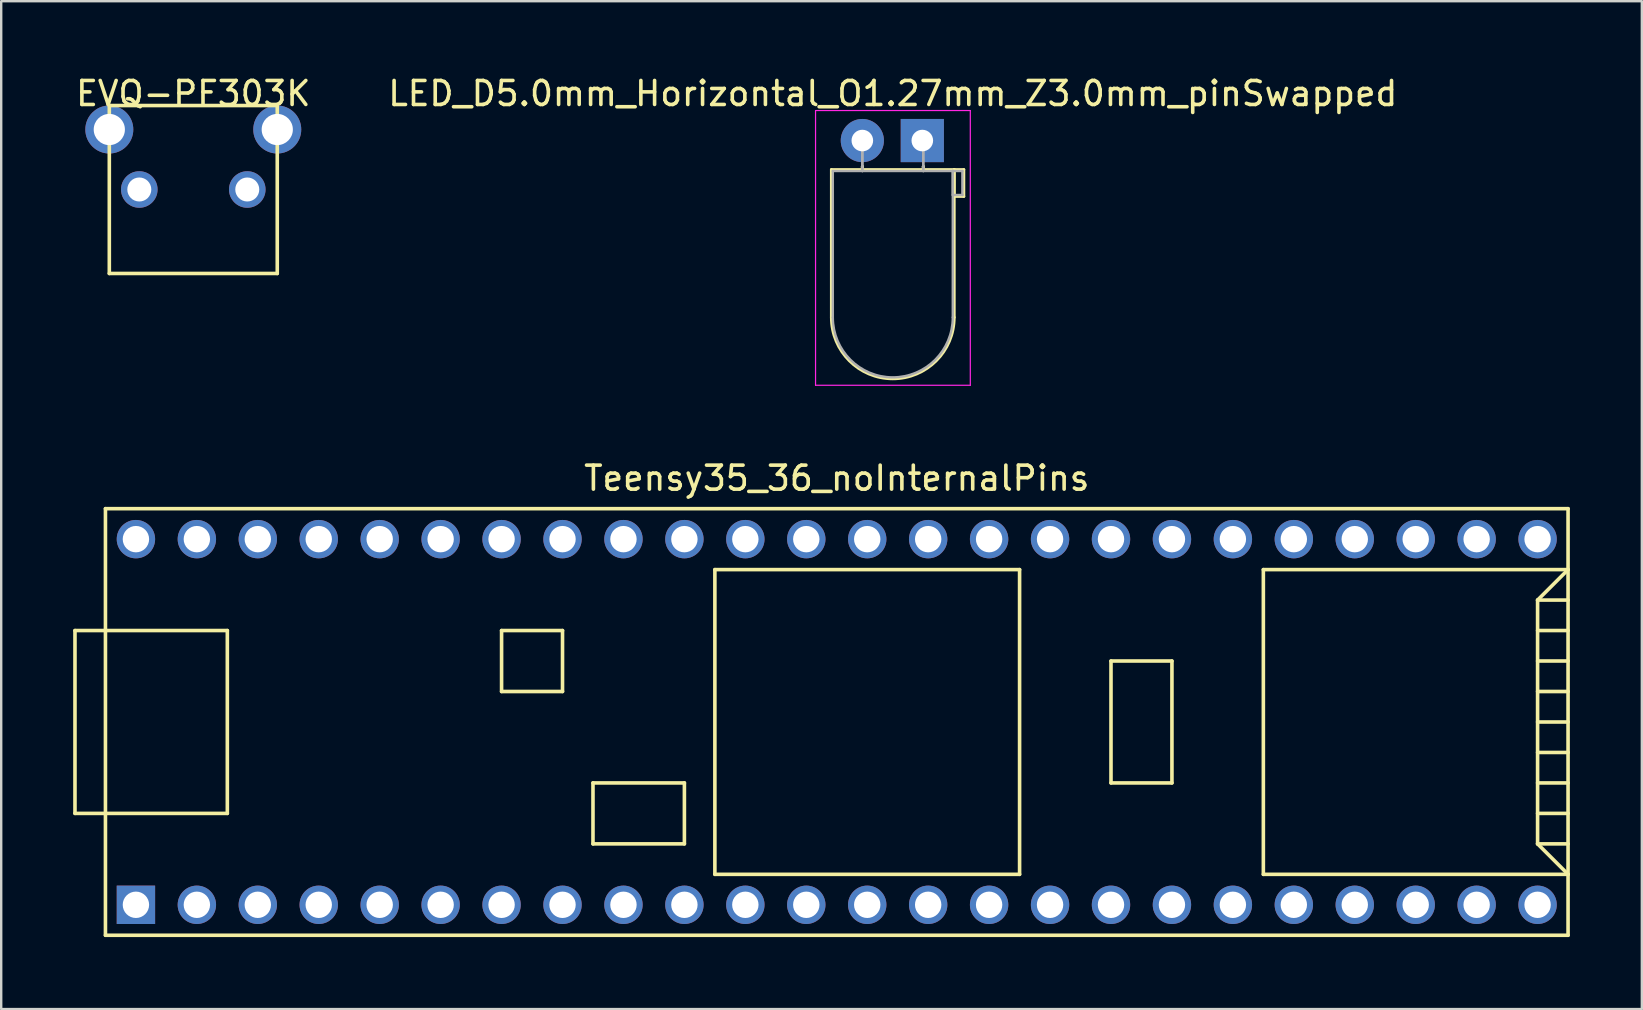
<source format=kicad_pcb>
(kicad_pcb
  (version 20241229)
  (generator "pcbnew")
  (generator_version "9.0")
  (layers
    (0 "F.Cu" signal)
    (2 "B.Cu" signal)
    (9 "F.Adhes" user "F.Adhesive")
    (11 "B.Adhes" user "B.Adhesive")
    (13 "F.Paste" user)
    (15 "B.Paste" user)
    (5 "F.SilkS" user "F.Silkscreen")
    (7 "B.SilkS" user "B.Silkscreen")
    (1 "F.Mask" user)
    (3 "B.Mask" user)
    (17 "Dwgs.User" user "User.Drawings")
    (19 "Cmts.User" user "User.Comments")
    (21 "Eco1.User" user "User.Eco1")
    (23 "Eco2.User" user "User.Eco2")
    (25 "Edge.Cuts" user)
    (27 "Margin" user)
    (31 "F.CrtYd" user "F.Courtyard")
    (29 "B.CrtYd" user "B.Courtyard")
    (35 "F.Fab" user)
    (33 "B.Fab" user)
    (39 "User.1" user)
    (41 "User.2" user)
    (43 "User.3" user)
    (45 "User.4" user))
  (footprint "LED_D5.0mm_Horizontal_O1.27mm_Z3.0mm_pinSwapped"
    (layer "F.Cu")
    (at 32.891 2.808)
    (property "Reference" "LED_D5.0mm_Horizontal_O1.27mm_Z3.0mm_pinSwapped" (at 1.27 -1.96 0) (layer "F.SilkS") (effects (font (size 1 1) (thickness 0.15))))
    (attr through_hole)
    (fp_line (start -1.29 1.21) (end -1.29 7.37) (stroke (width 0.12) (type solid)) (layer "F.SilkS"))
    (fp_line (start -1.29 1.21) (end 3.83 1.21) (stroke (width 0.12) (type solid)) (layer "F.SilkS"))
    (fp_line (start 0 1.08) (end 0 1.08) (stroke (width 0.12) (type solid)) (layer "F.SilkS"))
    (fp_line (start 0 1.08) (end 0 1.21) (stroke (width 0.12) (type solid)) (layer "F.SilkS"))
    (fp_line (start 0 1.21) (end 0 1.08) (stroke (width 0.12) (type solid)) (layer "F.SilkS"))
    (fp_line (start 0 1.21) (end 0 1.21) (stroke (width 0.12) (type solid)) (layer "F.SilkS"))
    (fp_line (start 2.54 1.08) (end 2.54 1.08) (stroke (width 0.12) (type solid)) (layer "F.SilkS"))
    (fp_line (start 2.54 1.08) (end 2.54 1.21) (stroke (width 0.12) (type solid)) (layer "F.SilkS"))
    (fp_line (start 2.54 1.21) (end 2.54 1.08) (stroke (width 0.12) (type solid)) (layer "F.SilkS"))
    (fp_line (start 2.54 1.21) (end 2.54 1.21) (stroke (width 0.12) (type solid)) (layer "F.SilkS"))
    (fp_line (start 3.83 1.21) (end 3.83 7.37) (stroke (width 0.12) (type solid)) (layer "F.SilkS"))
    (fp_line (start 3.83 1.21) (end 4.23 1.21) (stroke (width 0.12) (type solid)) (layer "F.SilkS"))
    (fp_line (start 3.83 2.33) (end 3.83 1.21) (stroke (width 0.12) (type solid)) (layer "F.SilkS"))
    (fp_line (start 4.23 1.21) (end 4.23 2.33) (stroke (width 0.12) (type solid)) (layer "F.SilkS"))
    (fp_line (start 4.23 2.33) (end 3.83 2.33) (stroke (width 0.12) (type solid)) (layer "F.SilkS"))
    (fp_arc (start 3.83 7.37) (mid 1.27 9.93) (end -1.29 7.37) (stroke (width 0.12) (type solid)) (layer "F.SilkS"))
    (fp_line (start -1.95 -1.25) (end -1.95 10.2) (stroke (width 0.05) (type solid)) (layer "F.CrtYd"))
    (fp_line (start -1.95 10.2) (end 4.5 10.2) (stroke (width 0.05) (type solid)) (layer "F.CrtYd"))
    (fp_line (start 4.5 -1.25) (end -1.95 -1.25) (stroke (width 0.05) (type solid)) (layer "F.CrtYd"))
    (fp_line (start 4.5 10.2) (end 4.5 -1.25) (stroke (width 0.05) (type solid)) (layer "F.CrtYd"))
    (fp_line (start -1.23 1.27) (end -1.23 7.37) (stroke (width 0.1) (type solid)) (layer "F.Fab"))
    (fp_line (start -1.23 1.27) (end 3.77 1.27) (stroke (width 0.1) (type solid)) (layer "F.Fab"))
    (fp_line (start 0 0) (end 0 0) (stroke (width 0.1) (type solid)) (layer "F.Fab"))
    (fp_line (start 0 0) (end 0 1.27) (stroke (width 0.1) (type solid)) (layer "F.Fab"))
    (fp_line (start 0 1.27) (end 0 0) (stroke (width 0.1) (type solid)) (layer "F.Fab"))
    (fp_line (start 0 1.27) (end 0 1.27) (stroke (width 0.1) (type solid)) (layer "F.Fab"))
    (fp_line (start 2.54 0) (end 2.54 0) (stroke (width 0.1) (type solid)) (layer "F.Fab"))
    (fp_line (start 2.54 0) (end 2.54 1.27) (stroke (width 0.1) (type solid)) (layer "F.Fab"))
    (fp_line (start 2.54 1.27) (end 2.54 0) (stroke (width 0.1) (type solid)) (layer "F.Fab"))
    (fp_line (start 2.54 1.27) (end 2.54 1.27) (stroke (width 0.1) (type solid)) (layer "F.Fab"))
    (fp_line (start 3.77 1.27) (end 3.77 7.37) (stroke (width 0.1) (type solid)) (layer "F.Fab"))
    (fp_line (start 3.77 1.27) (end 4.17 1.27) (stroke (width 0.1) (type solid)) (layer "F.Fab"))
    (fp_line (start 3.77 2.27) (end 3.77 1.27) (stroke (width 0.1) (type solid)) (layer "F.Fab"))
    (fp_line (start 4.17 1.27) (end 4.17 2.27) (stroke (width 0.1) (type solid)) (layer "F.Fab"))
    (fp_line (start 4.17 2.27) (end 3.77 2.27) (stroke (width 0.1) (type solid)) (layer "F.Fab"))
    (fp_arc (start 3.77 7.37) (mid 1.27 9.87) (end -1.23 7.37) (stroke (width 0.1) (type solid)) (layer "F.Fab"))
    (pad "1" thru_hole rect (at 2.5 0) (size 1.8 1.8) (drill 0.9) (layers "*.Cu" "*.Mask"))
    (pad "2" thru_hole circle (at 0 0) (size 1.8 1.8) (drill 0.9) (layers "*.Cu" "*.Mask")))
  (footprint "Teensy35_36_noInternalPins"
    (layer "F.Cu")
    (at 31.825 27.041)
    (property "Reference" "Teensy35_36_noInternalPins" (at 0 -10.16 0) (layer "F.SilkS") (effects (font (size 1 1) (thickness 0.15))))
    (attr through_hole)
    (fp_line (start -31.75 -3.81) (end -30.48 -3.81) (stroke (width 0.15) (type solid)) (layer "F.SilkS"))
    (fp_line (start -31.75 3.81) (end -31.75 -3.81) (stroke (width 0.15) (type solid)) (layer "F.SilkS"))
    (fp_line (start -30.48 3.81) (end -31.75 3.81) (stroke (width 0.15) (type solid)) (layer "F.SilkS"))
    (fp_line (start -30.48 8.89) (end -30.48 -8.89) (stroke (width 0.15) (type solid)) (layer "F.SilkS"))
    (fp_line (start -30.48 8.89) (end 30.48 8.89) (stroke (width 0.15) (type solid)) (layer "F.SilkS"))
    (fp_line (start -25.4 -3.81) (end -30.48 -3.81) (stroke (width 0.15) (type solid)) (layer "F.SilkS"))
    (fp_line (start -25.4 3.81) (end -30.48 3.81) (stroke (width 0.15) (type solid)) (layer "F.SilkS"))
    (fp_line (start -25.4 3.81) (end -25.4 -3.81) (stroke (width 0.15) (type solid)) (layer "F.SilkS"))
    (fp_line (start -13.97 -3.81) (end -13.97 -1.27) (stroke (width 0.15) (type solid)) (layer "F.SilkS"))
    (fp_line (start -13.97 -1.27) (end -11.43 -1.27) (stroke (width 0.15) (type solid)) (layer "F.SilkS"))
    (fp_line (start -11.43 -3.81) (end -13.97 -3.81) (stroke (width 0.15) (type solid)) (layer "F.SilkS"))
    (fp_line (start -11.43 -1.27) (end -11.43 -3.81) (stroke (width 0.15) (type solid)) (layer "F.SilkS"))
    (fp_line (start -10.16 2.54) (end -6.35 2.54) (stroke (width 0.15) (type solid)) (layer "F.SilkS"))
    (fp_line (start -10.16 5.08) (end -10.16 2.54) (stroke (width 0.15) (type solid)) (layer "F.SilkS"))
    (fp_line (start -6.35 2.54) (end -6.35 5.08) (stroke (width 0.15) (type solid)) (layer "F.SilkS"))
    (fp_line (start -6.35 5.08) (end -10.16 5.08) (stroke (width 0.15) (type solid)) (layer "F.SilkS"))
    (fp_line (start -5.08 -6.35) (end -5.08 6.35) (stroke (width 0.15) (type solid)) (layer "F.SilkS"))
    (fp_line (start -5.08 -6.35) (end 7.62 -6.35) (stroke (width 0.15) (type solid)) (layer "F.SilkS"))
    (fp_line (start -5.08 6.35) (end 7.62 6.35) (stroke (width 0.15) (type solid)) (layer "F.SilkS"))
    (fp_line (start 7.62 6.35) (end 7.62 -6.35) (stroke (width 0.15) (type solid)) (layer "F.SilkS"))
    (fp_line (start 11.43 -2.54) (end 13.97 -2.54) (stroke (width 0.15) (type solid)) (layer "F.SilkS"))
    (fp_line (start 11.43 2.54) (end 11.43 -2.54) (stroke (width 0.15) (type solid)) (layer "F.SilkS"))
    (fp_line (start 13.97 -2.54) (end 13.97 2.54) (stroke (width 0.15) (type solid)) (layer "F.SilkS"))
    (fp_line (start 13.97 2.54) (end 11.43 2.54) (stroke (width 0.15) (type solid)) (layer "F.SilkS"))
    (fp_line (start 17.78 -6.35) (end 17.78 6.35) (stroke (width 0.15) (type solid)) (layer "F.SilkS"))
    (fp_line (start 17.78 6.35) (end 30.48 6.35) (stroke (width 0.15) (type solid)) (layer "F.SilkS"))
    (fp_line (start 29.21 -5.08) (end 30.48 -6.35) (stroke (width 0.15) (type solid)) (layer "F.SilkS"))
    (fp_line (start 29.21 -5.08) (end 30.48 -5.08) (stroke (width 0.15) (type solid)) (layer "F.SilkS"))
    (fp_line (start 29.21 -3.81) (end 30.48 -3.81) (stroke (width 0.15) (type solid)) (layer "F.SilkS"))
    (fp_line (start 29.21 -2.54) (end 30.48 -2.54) (stroke (width 0.15) (type solid)) (layer "F.SilkS"))
    (fp_line (start 29.21 -1.27) (end 30.48 -1.27) (stroke (width 0.15) (type solid)) (layer "F.SilkS"))
    (fp_line (start 29.21 0) (end 30.48 0) (stroke (width 0.15) (type solid)) (layer "F.SilkS"))
    (fp_line (start 29.21 1.27) (end 30.48 1.27) (stroke (width 0.15) (type solid)) (layer "F.SilkS"))
    (fp_line (start 29.21 2.54) (end 30.48 2.54) (stroke (width 0.15) (type solid)) (layer "F.SilkS"))
    (fp_line (start 29.21 3.81) (end 30.48 3.81) (stroke (width 0.15) (type solid)) (layer "F.SilkS"))
    (fp_line (start 29.21 5.08) (end 29.21 -5.08) (stroke (width 0.15) (type solid)) (layer "F.SilkS"))
    (fp_line (start 29.21 5.08) (end 30.48 5.08) (stroke (width 0.15) (type solid)) (layer "F.SilkS"))
    (fp_line (start 30.48 -8.89) (end -30.48 -8.89) (stroke (width 0.15) (type solid)) (layer "F.SilkS"))
    (fp_line (start 30.48 -8.89) (end 30.48 8.89) (stroke (width 0.15) (type solid)) (layer "F.SilkS"))
    (fp_line (start 30.48 -6.35) (end 17.78 -6.35) (stroke (width 0.15) (type solid)) (layer "F.SilkS"))
    (fp_line (start 30.48 6.35) (end 29.21 5.08) (stroke (width 0.15) (type solid)) (layer "F.SilkS"))
    (pad "1" thru_hole rect (at -29.21 7.62) (size 1.6 1.6) (drill 1.1) (layers "*.Cu" "*.Mask"))
    (pad "2" thru_hole circle (at -26.67 7.62) (size 1.6 1.6) (drill 1.1) (layers "*.Cu" "*.Mask"))
    (pad "3" thru_hole circle (at -24.13 7.62) (size 1.6 1.6) (drill 1.1) (layers "*.Cu" "*.Mask"))
    (pad "4" thru_hole circle (at -21.59 7.62) (size 1.6 1.6) (drill 1.1) (layers "*.Cu" "*.Mask"))
    (pad "5" thru_hole circle (at -19.05 7.62) (size 1.6 1.6) (drill 1.1) (layers "*.Cu" "*.Mask"))
    (pad "6" thru_hole circle (at -16.51 7.62) (size 1.6 1.6) (drill 1.1) (layers "*.Cu" "*.Mask"))
    (pad "7" thru_hole circle (at -13.97 7.62) (size 1.6 1.6) (drill 1.1) (layers "*.Cu" "*.Mask"))
    (pad "8" thru_hole circle (at -11.43 7.62) (size 1.6 1.6) (drill 1.1) (layers "*.Cu" "*.Mask"))
    (pad "9" thru_hole circle (at -8.89 7.62) (size 1.6 1.6) (drill 1.1) (layers "*.Cu" "*.Mask"))
    (pad "10" thru_hole circle (at -6.35 7.62) (size 1.6 1.6) (drill 1.1) (layers "*.Cu" "*.Mask"))
    (pad "11" thru_hole circle (at -3.81 7.62) (size 1.6 1.6) (drill 1.1) (layers "*.Cu" "*.Mask"))
    (pad "12" thru_hole circle (at -1.27 7.62) (size 1.6 1.6) (drill 1.1) (layers "*.Cu" "*.Mask"))
    (pad "13" thru_hole circle (at 1.27 7.62) (size 1.6 1.6) (drill 1.1) (layers "*.Cu" "*.Mask"))
    (pad "14" thru_hole circle (at 3.81 7.62) (size 1.6 1.6) (drill 1.1) (layers "*.Cu" "*.Mask"))
    (pad "15" thru_hole circle (at 6.35 7.62) (size 1.6 1.6) (drill 1.1) (layers "*.Cu" "*.Mask"))
    (pad "16" thru_hole circle (at 8.89 7.62) (size 1.6 1.6) (drill 1.1) (layers "*.Cu" "*.Mask"))
    (pad "17" thru_hole circle (at 11.43 7.62) (size 1.6 1.6) (drill 1.1) (layers "*.Cu" "*.Mask"))
    (pad "18" thru_hole circle (at 13.97 7.62) (size 1.6 1.6) (drill 1.1) (layers "*.Cu" "*.Mask"))
    (pad "19" thru_hole circle (at 16.51 7.62) (size 1.6 1.6) (drill 1.1) (layers "*.Cu" "*.Mask"))
    (pad "20" thru_hole circle (at 19.05 7.62) (size 1.6 1.6) (drill 1.1) (layers "*.Cu" "*.Mask"))
    (pad "21" thru_hole circle (at 21.59 7.62) (size 1.6 1.6) (drill 1.1) (layers "*.Cu" "*.Mask"))
    (pad "22" thru_hole circle (at 24.13 7.62) (size 1.6 1.6) (drill 1.1) (layers "*.Cu" "*.Mask"))
    (pad "23" thru_hole circle (at 26.67 7.62) (size 1.6 1.6) (drill 1.1) (layers "*.Cu" "*.Mask"))
    (pad "24" thru_hole circle (at 29.21 7.62) (size 1.6 1.6) (drill 1.1) (layers "*.Cu" "*.Mask"))
    (pad "30" thru_hole circle (at 29.21 -7.62) (size 1.6 1.6) (drill 1.1) (layers "*.Cu" "*.Mask"))
    (pad "31" thru_hole circle (at 26.67 -7.62) (size 1.6 1.6) (drill 1.1) (layers "*.Cu" "*.Mask"))
    (pad "32" thru_hole circle (at 24.13 -7.62) (size 1.6 1.6) (drill 1.1) (layers "*.Cu" "*.Mask"))
    (pad "33" thru_hole circle (at 21.59 -7.62) (size 1.6 1.6) (drill 1.1) (layers "*.Cu" "*.Mask"))
    (pad "34" thru_hole circle (at 19.05 -7.62) (size 1.6 1.6) (drill 1.1) (layers "*.Cu" "*.Mask"))
    (pad "35" thru_hole circle (at 16.51 -7.62) (size 1.6 1.6) (drill 1.1) (layers "*.Cu" "*.Mask"))
    (pad "36" thru_hole circle (at 13.97 -7.62) (size 1.6 1.6) (drill 1.1) (layers "*.Cu" "*.Mask"))
    (pad "37" thru_hole circle (at 11.43 -7.62) (size 1.6 1.6) (drill 1.1) (layers "*.Cu" "*.Mask"))
    (pad "38" thru_hole circle (at 8.89 -7.62) (size 1.6 1.6) (drill 1.1) (layers "*.Cu" "*.Mask"))
    (pad "39" thru_hole circle (at 6.35 -7.62) (size 1.6 1.6) (drill 1.1) (layers "*.Cu" "*.Mask"))
    (pad "40" thru_hole circle (at 3.81 -7.62) (size 1.6 1.6) (drill 1.1) (layers "*.Cu" "*.Mask"))
    (pad "41" thru_hole circle (at 1.27 -7.62) (size 1.6 1.6) (drill 1.1) (layers "*.Cu" "*.Mask"))
    (pad "42" thru_hole circle (at -1.27 -7.62) (size 1.6 1.6) (drill 1.1) (layers "*.Cu" "*.Mask"))
    (pad "43" thru_hole circle (at -3.81 -7.62) (size 1.6 1.6) (drill 1.1) (layers "*.Cu" "*.Mask"))
    (pad "44" thru_hole circle (at -6.35 -7.62) (size 1.6 1.6) (drill 1.1) (layers "*.Cu" "*.Mask"))
    (pad "45" thru_hole circle (at -8.89 -7.62) (size 1.6 1.6) (drill 1.1) (layers "*.Cu" "*.Mask"))
    (pad "46" thru_hole circle (at -11.43 -7.62) (size 1.6 1.6) (drill 1.1) (layers "*.Cu" "*.Mask"))
    (pad "47" thru_hole circle (at -13.97 -7.62) (size 1.6 1.6) (drill 1.1) (layers "*.Cu" "*.Mask"))
    (pad "48" thru_hole circle (at -16.51 -7.62) (size 1.6 1.6) (drill 1.1) (layers "*.Cu" "*.Mask"))
    (pad "49" thru_hole circle (at -19.05 -7.62) (size 1.6 1.6) (drill 1.1) (layers "*.Cu" "*.Mask"))
    (pad "50" thru_hole circle (at -21.59 -7.62) (size 1.6 1.6) (drill 1.1) (layers "*.Cu" "*.Mask"))
    (pad "51" thru_hole circle (at -24.13 -7.62) (size 1.6 1.6) (drill 1.1) (layers "*.Cu" "*.Mask"))
    (pad "52" thru_hole circle (at -26.67 -7.62) (size 1.6 1.6) (drill 1.1) (layers "*.Cu" "*.Mask"))
    (pad "53" thru_hole circle (at -29.21 -7.62) (size 1.6 1.6) (drill 1.1) (layers "*.Cu" "*.Mask")))
  (footprint "EVQ-PF303K"
    (layer "F.Cu")
    (at 5.006 2.348)
    (property "Reference" "EVQ-PF303K" (at 0 -1.5 0) (layer "F.SilkS") (effects (font (size 1 1) (thickness 0.15))))
    (attr through_hole)
    (fp_line (start -3.5 -1) (end 3.5 -1) (stroke (width 0.15) (type solid)) (layer "F.SilkS"))
    (fp_line (start -3.5 6) (end -3.5 -1) (stroke (width 0.15) (type solid)) (layer "F.SilkS"))
    (fp_line (start 3.5 -1) (end 3.5 6) (stroke (width 0.15) (type solid)) (layer "F.SilkS"))
    (fp_line (start 3.5 6) (end -3.5 6) (stroke (width 0.15) (type solid)) (layer "F.SilkS"))
    (pad "1" thru_hole circle (at -2.25 2.5) (size 1.524 1.524) (drill 1) (layers "*.Cu" "*.Mask"))
    (pad "2" thru_hole circle (at 2.25 2.5) (size 1.524 1.524) (drill 1) (layers "*.Cu" "*.Mask"))
    (pad "~" thru_hole circle (at -3.5 0) (size 2 2) (drill 1.3) (layers "*.Cu" "*.Mask"))
    (pad "~" thru_hole circle (at 3.5 0) (size 2 2) (drill 1.3) (layers "*.Cu" "*.Mask")))
  (gr_rect
    (start -3 -3)
    (end 65.38 39.007)
    (stroke (width 0.1) (type default))
    (fill no)
    (layer "Edge.Cuts")))
</source>
